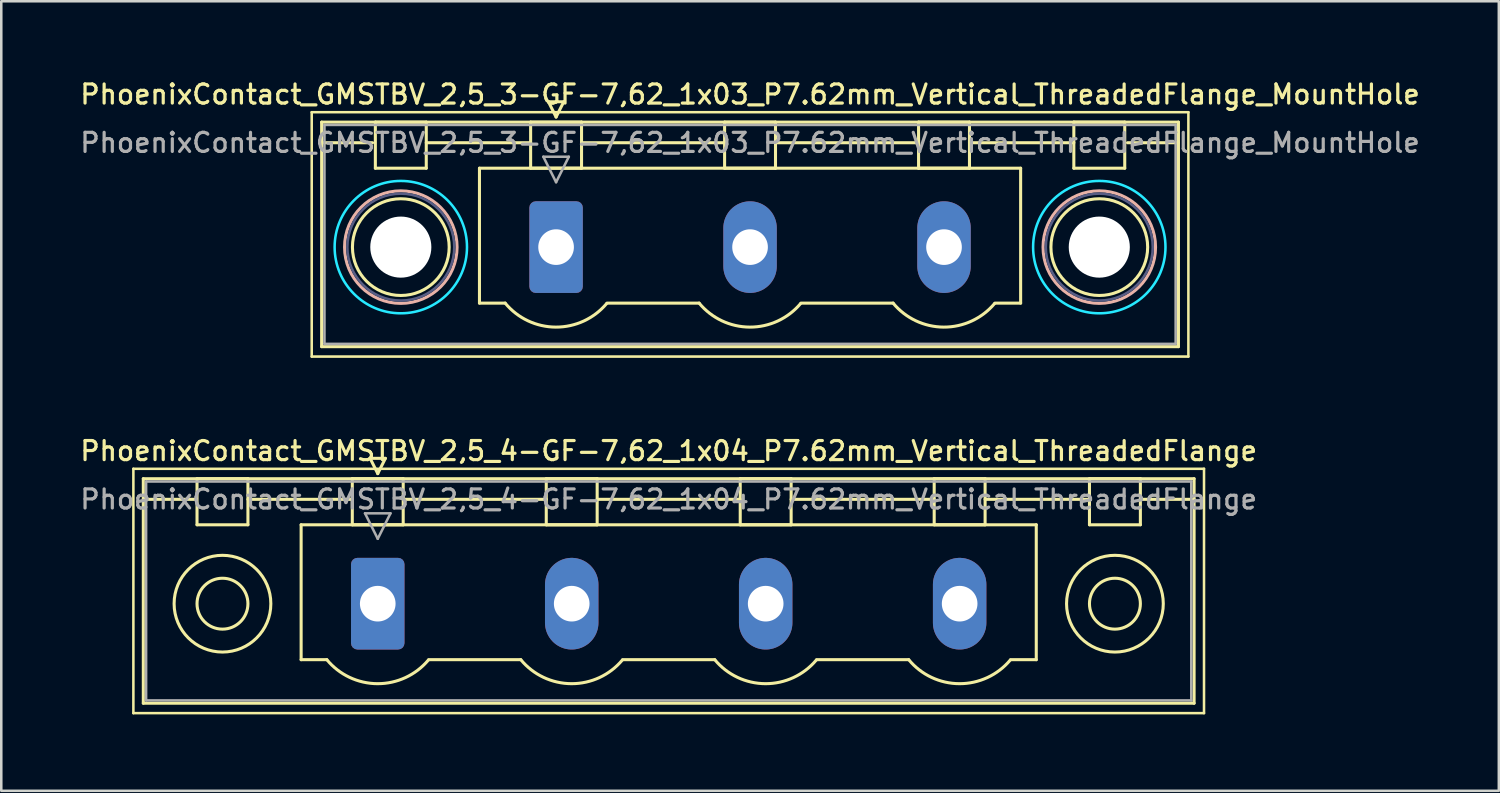
<source format=kicad_pcb>
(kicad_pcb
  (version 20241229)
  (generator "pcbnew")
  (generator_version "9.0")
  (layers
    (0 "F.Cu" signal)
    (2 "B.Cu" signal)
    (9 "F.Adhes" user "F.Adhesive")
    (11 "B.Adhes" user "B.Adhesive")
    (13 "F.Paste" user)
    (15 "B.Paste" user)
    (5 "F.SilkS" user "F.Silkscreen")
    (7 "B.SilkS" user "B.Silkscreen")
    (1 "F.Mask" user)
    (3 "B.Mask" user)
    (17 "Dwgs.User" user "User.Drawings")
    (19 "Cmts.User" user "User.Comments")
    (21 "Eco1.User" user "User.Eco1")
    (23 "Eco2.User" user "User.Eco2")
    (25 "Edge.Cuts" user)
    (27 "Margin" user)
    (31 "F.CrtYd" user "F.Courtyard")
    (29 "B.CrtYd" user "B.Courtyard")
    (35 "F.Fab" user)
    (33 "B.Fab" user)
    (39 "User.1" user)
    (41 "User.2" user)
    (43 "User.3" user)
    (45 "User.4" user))
  (footprint "PhoenixContact_GMSTBV_2,5_4-GF-7,62_1x04_P7.62mm_Vertical_ThreadedFlange"
    (layer "F.Cu")
    (at 11.79 20.666)
    (property "Reference" "PhoenixContact_GMSTBV_2,5_4-GF-7,62_1x04_P7.62mm_Vertical_ThreadedFlange" (at 11.43 -6 0) (layer "F.SilkS") (effects (font (size 0.75 0.75) (thickness 0.125))))
    (attr through_hole)
    (fp_line (start -9.6 -5.3) (end -9.6 4.3) (stroke (width 0.1) (type solid)) (layer "F.SilkS"))
    (fp_line (start -9.6 4.3) (end 32.46 4.3) (stroke (width 0.1) (type solid)) (layer "F.SilkS"))
    (fp_line (start -9.21 -4.91) (end -9.21 3.91) (stroke (width 0.12) (type solid)) (layer "F.SilkS"))
    (fp_line (start -9.21 -4.1) (end -7.21 -4.1) (stroke (width 0.12) (type solid)) (layer "F.SilkS"))
    (fp_line (start -9.21 3.91) (end 32.07 3.91) (stroke (width 0.12) (type solid)) (layer "F.SilkS"))
    (fp_line (start -7.1 -4.91) (end -5.1 -4.91) (stroke (width 0.12) (type solid)) (layer "F.SilkS"))
    (fp_line (start -7.1 -3.1) (end -7.1 -4.91) (stroke (width 0.12) (type solid)) (layer "F.SilkS"))
    (fp_line (start -5.1 -4.91) (end -5.1 -3.1) (stroke (width 0.12) (type solid)) (layer "F.SilkS"))
    (fp_line (start -5.1 -4.1) (end -1 -4.1) (stroke (width 0.12) (type solid)) (layer "F.SilkS"))
    (fp_line (start -5.1 -3.1) (end -7.1 -3.1) (stroke (width 0.12) (type solid)) (layer "F.SilkS"))
    (fp_line (start -3.01 -3.1) (end 25.87 -3.1) (stroke (width 0.12) (type solid)) (layer "F.SilkS"))
    (fp_line (start -3.01 2.2) (end -3.01 -3.1) (stroke (width 0.12) (type solid)) (layer "F.SilkS"))
    (fp_line (start -2 2.2) (end -3.01 2.2) (stroke (width 0.12) (type solid)) (layer "F.SilkS"))
    (fp_line (start -1 -4.91) (end 1 -4.91) (stroke (width 0.12) (type solid)) (layer "F.SilkS"))
    (fp_line (start -1 -3.1) (end -1 -4.91) (stroke (width 0.12) (type solid)) (layer "F.SilkS"))
    (fp_line (start -0.3 -5.71) (end 0.3 -5.71) (stroke (width 0.12) (type solid)) (layer "F.SilkS"))
    (fp_line (start 0 -5.11) (end -0.3 -5.71) (stroke (width 0.12) (type solid)) (layer "F.SilkS"))
    (fp_line (start 0.3 -5.71) (end 0 -5.11) (stroke (width 0.12) (type solid)) (layer "F.SilkS"))
    (fp_line (start 1 -4.91) (end 1 -3.1) (stroke (width 0.12) (type solid)) (layer "F.SilkS"))
    (fp_line (start 1 -4.1) (end 6.62 -4.1) (stroke (width 0.12) (type solid)) (layer "F.SilkS"))
    (fp_line (start 1 -3.1) (end -1 -3.1) (stroke (width 0.12) (type solid)) (layer "F.SilkS"))
    (fp_line (start 2 2.2) (end 5.62 2.2) (stroke (width 0.12) (type solid)) (layer "F.SilkS"))
    (fp_line (start 6.62 -4.91) (end 8.62 -4.91) (stroke (width 0.12) (type solid)) (layer "F.SilkS"))
    (fp_line (start 6.62 -3.1) (end 6.62 -4.91) (stroke (width 0.12) (type solid)) (layer "F.SilkS"))
    (fp_line (start 8.62 -4.91) (end 8.62 -3.1) (stroke (width 0.12) (type solid)) (layer "F.SilkS"))
    (fp_line (start 8.62 -4.1) (end 14.24 -4.1) (stroke (width 0.12) (type solid)) (layer "F.SilkS"))
    (fp_line (start 8.62 -3.1) (end 6.62 -3.1) (stroke (width 0.12) (type solid)) (layer "F.SilkS"))
    (fp_line (start 9.62 2.2) (end 13.24 2.2) (stroke (width 0.12) (type solid)) (layer "F.SilkS"))
    (fp_line (start 14.24 -4.91) (end 16.24 -4.91) (stroke (width 0.12) (type solid)) (layer "F.SilkS"))
    (fp_line (start 14.24 -3.1) (end 14.24 -4.91) (stroke (width 0.12) (type solid)) (layer "F.SilkS"))
    (fp_line (start 16.24 -4.91) (end 16.24 -3.1) (stroke (width 0.12) (type solid)) (layer "F.SilkS"))
    (fp_line (start 16.24 -4.1) (end 21.86 -4.1) (stroke (width 0.12) (type solid)) (layer "F.SilkS"))
    (fp_line (start 16.24 -3.1) (end 14.24 -3.1) (stroke (width 0.12) (type solid)) (layer "F.SilkS"))
    (fp_line (start 17.24 2.2) (end 20.86 2.2) (stroke (width 0.12) (type solid)) (layer "F.SilkS"))
    (fp_line (start 21.86 -4.91) (end 23.86 -4.91) (stroke (width 0.12) (type solid)) (layer "F.SilkS"))
    (fp_line (start 21.86 -3.1) (end 21.86 -4.91) (stroke (width 0.12) (type solid)) (layer "F.SilkS"))
    (fp_line (start 23.86 -4.91) (end 23.86 -3.1) (stroke (width 0.12) (type solid)) (layer "F.SilkS"))
    (fp_line (start 23.86 -4.1) (end 27.96 -4.1) (stroke (width 0.12) (type solid)) (layer "F.SilkS"))
    (fp_line (start 23.86 -3.1) (end 21.86 -3.1) (stroke (width 0.12) (type solid)) (layer "F.SilkS"))
    (fp_line (start 25.87 -3.1) (end 25.87 2.2) (stroke (width 0.12) (type solid)) (layer "F.SilkS"))
    (fp_line (start 25.87 2.2) (end 24.86 2.2) (stroke (width 0.12) (type solid)) (layer "F.SilkS"))
    (fp_line (start 27.96 -4.91) (end 29.96 -4.91) (stroke (width 0.12) (type solid)) (layer "F.SilkS"))
    (fp_line (start 27.96 -3.1) (end 27.96 -4.91) (stroke (width 0.12) (type solid)) (layer "F.SilkS"))
    (fp_line (start 29.96 -4.91) (end 29.96 -3.1) (stroke (width 0.12) (type solid)) (layer "F.SilkS"))
    (fp_line (start 29.96 -3.1) (end 27.96 -3.1) (stroke (width 0.12) (type solid)) (layer "F.SilkS"))
    (fp_line (start 32.07 -4.91) (end -9.21 -4.91) (stroke (width 0.12) (type solid)) (layer "F.SilkS"))
    (fp_line (start 32.07 -4.1) (end 30.07 -4.1) (stroke (width 0.12) (type solid)) (layer "F.SilkS"))
    (fp_line (start 32.07 3.91) (end 32.07 -4.91) (stroke (width 0.12) (type solid)) (layer "F.SilkS"))
    (fp_line (start 32.46 -5.3) (end -9.6 -5.3) (stroke (width 0.1) (type solid)) (layer "F.SilkS"))
    (fp_line (start 32.46 4.3) (end 32.46 -5.3) (stroke (width 0.1) (type solid)) (layer "F.SilkS"))
    (fp_arc (start 1.986842 2.215821) (mid -0.010289 3.142758) (end -2 2.2) (stroke (width 0.12) (type solid)) (layer "F.SilkS"))
    (fp_arc (start 9.606842 2.215821) (mid 7.609711 3.142758) (end 5.62 2.2) (stroke (width 0.12) (type solid)) (layer "F.SilkS"))
    (fp_arc (start 17.226842 2.215821) (mid 15.229711 3.142758) (end 13.24 2.2) (stroke (width 0.12) (type solid)) (layer "F.SilkS"))
    (fp_arc (start 24.846842 2.215821) (mid 22.849711 3.142758) (end 20.86 2.2) (stroke (width 0.12) (type solid)) (layer "F.SilkS"))
    (fp_circle (center -6.1 0) (end -5.1 0) (stroke (width 0.12) (type solid)) (fill no) (layer "F.SilkS"))
    (fp_circle (center -6.1 0) (end -4.2 0) (stroke (width 0.12) (type solid)) (fill no) (layer "F.SilkS"))
    (fp_circle (center 28.96 0) (end 29.96 0) (stroke (width 0.12) (type solid)) (fill no) (layer "F.SilkS"))
    (fp_circle (center 28.96 0) (end 30.86 0) (stroke (width 0.12) (type solid)) (fill no) (layer "F.SilkS"))
    (fp_line (start -9.1 -4.8) (end -9.1 3.8) (stroke (width 0.1) (type solid)) (layer "F.Fab"))
    (fp_line (start -9.1 3.8) (end 31.96 3.8) (stroke (width 0.1) (type solid)) (layer "F.Fab"))
    (fp_line (start -0.5 -3.55) (end 0.5 -3.55) (stroke (width 0.1) (type solid)) (layer "F.Fab"))
    (fp_line (start 0 -2.55) (end -0.5 -3.55) (stroke (width 0.1) (type solid)) (layer "F.Fab"))
    (fp_line (start 0.5 -3.55) (end 0 -2.55) (stroke (width 0.1) (type solid)) (layer "F.Fab"))
    (fp_line (start 31.96 -4.8) (end -9.1 -4.8) (stroke (width 0.1) (type solid)) (layer "F.Fab"))
    (fp_line (start 31.96 3.8) (end 31.96 -4.8) (stroke (width 0.1) (type solid)) (layer "F.Fab"))
    (fp_text user "${REFERENCE}" (at 11.43 -4.1 0) (layer "F.Fab") (effects (font (size 0.75 0.75) (thickness 0.125))))
    (pad "1" thru_hole roundrect (at 0 0) (size 2.1 3.6) (drill 1.4) (layers "*.Cu" "*.Mask") (roundrect_rratio 0.119))
    (pad "2" thru_hole oval (at 7.62 0) (size 2.1 3.6) (drill 1.4) (layers "*.Cu" "*.Mask"))
    (pad "3" thru_hole oval (at 15.24 0) (size 2.1 3.6) (drill 1.4) (layers "*.Cu" "*.Mask"))
    (pad "4" thru_hole oval (at 22.86 0) (size 2.1 3.6) (drill 1.4) (layers "*.Cu" "*.Mask")))
  (footprint "PhoenixContact_GMSTBV_2,5_3-GF-7,62_1x03_P7.62mm_Vertical_ThreadedFlange_MountHole"
    (layer "F.Cu")
    (at 18.796 6.658)
    (property "Reference" "PhoenixContact_GMSTBV_2,5_3-GF-7,62_1x03_P7.62mm_Vertical_ThreadedFlange_MountHole" (at 7.62 -6 0) (layer "F.SilkS") (effects (font (size 0.75 0.75) (thickness 0.125))))
    (attr through_hole)
    (fp_line (start -9.6 -5.3) (end -9.6 4.3) (stroke (width 0.1) (type solid)) (layer "F.SilkS"))
    (fp_line (start -9.6 4.3) (end 24.84 4.3) (stroke (width 0.1) (type solid)) (layer "F.SilkS"))
    (fp_line (start -9.21 -4.91) (end -9.21 3.91) (stroke (width 0.12) (type solid)) (layer "F.SilkS"))
    (fp_line (start -9.21 -4.1) (end -7.21 -4.1) (stroke (width 0.12) (type solid)) (layer "F.SilkS"))
    (fp_line (start -9.21 3.91) (end 24.45 3.91) (stroke (width 0.12) (type solid)) (layer "F.SilkS"))
    (fp_line (start -7.1 -4.91) (end -5.1 -4.91) (stroke (width 0.12) (type solid)) (layer "F.SilkS"))
    (fp_line (start -7.1 -3.1) (end -7.1 -4.91) (stroke (width 0.12) (type solid)) (layer "F.SilkS"))
    (fp_line (start -5.1 -4.91) (end -5.1 -3.1) (stroke (width 0.12) (type solid)) (layer "F.SilkS"))
    (fp_line (start -5.1 -4.1) (end -1 -4.1) (stroke (width 0.12) (type solid)) (layer "F.SilkS"))
    (fp_line (start -5.1 -3.1) (end -7.1 -3.1) (stroke (width 0.12) (type solid)) (layer "F.SilkS"))
    (fp_line (start -3.01 -3.1) (end 18.25 -3.1) (stroke (width 0.12) (type solid)) (layer "F.SilkS"))
    (fp_line (start -3.01 2.2) (end -3.01 -3.1) (stroke (width 0.12) (type solid)) (layer "F.SilkS"))
    (fp_line (start -2 2.2) (end -3.01 2.2) (stroke (width 0.12) (type solid)) (layer "F.SilkS"))
    (fp_line (start -1 -4.91) (end 1 -4.91) (stroke (width 0.12) (type solid)) (layer "F.SilkS"))
    (fp_line (start -1 -3.1) (end -1 -4.91) (stroke (width 0.12) (type solid)) (layer "F.SilkS"))
    (fp_line (start -0.3 -5.71) (end 0.3 -5.71) (stroke (width 0.12) (type solid)) (layer "F.SilkS"))
    (fp_line (start 0 -5.11) (end -0.3 -5.71) (stroke (width 0.12) (type solid)) (layer "F.SilkS"))
    (fp_line (start 0.3 -5.71) (end 0 -5.11) (stroke (width 0.12) (type solid)) (layer "F.SilkS"))
    (fp_line (start 1 -4.91) (end 1 -3.1) (stroke (width 0.12) (type solid)) (layer "F.SilkS"))
    (fp_line (start 1 -4.1) (end 6.62 -4.1) (stroke (width 0.12) (type solid)) (layer "F.SilkS"))
    (fp_line (start 1 -3.1) (end -1 -3.1) (stroke (width 0.12) (type solid)) (layer "F.SilkS"))
    (fp_line (start 2 2.2) (end 5.62 2.2) (stroke (width 0.12) (type solid)) (layer "F.SilkS"))
    (fp_line (start 6.62 -4.91) (end 8.62 -4.91) (stroke (width 0.12) (type solid)) (layer "F.SilkS"))
    (fp_line (start 6.62 -3.1) (end 6.62 -4.91) (stroke (width 0.12) (type solid)) (layer "F.SilkS"))
    (fp_line (start 8.62 -4.91) (end 8.62 -3.1) (stroke (width 0.12) (type solid)) (layer "F.SilkS"))
    (fp_line (start 8.62 -4.1) (end 14.24 -4.1) (stroke (width 0.12) (type solid)) (layer "F.SilkS"))
    (fp_line (start 8.62 -3.1) (end 6.62 -3.1) (stroke (width 0.12) (type solid)) (layer "F.SilkS"))
    (fp_line (start 9.62 2.2) (end 13.24 2.2) (stroke (width 0.12) (type solid)) (layer "F.SilkS"))
    (fp_line (start 14.24 -4.91) (end 16.24 -4.91) (stroke (width 0.12) (type solid)) (layer "F.SilkS"))
    (fp_line (start 14.24 -3.1) (end 14.24 -4.91) (stroke (width 0.12) (type solid)) (layer "F.SilkS"))
    (fp_line (start 16.24 -4.91) (end 16.24 -3.1) (stroke (width 0.12) (type solid)) (layer "F.SilkS"))
    (fp_line (start 16.24 -4.1) (end 20.34 -4.1) (stroke (width 0.12) (type solid)) (layer "F.SilkS"))
    (fp_line (start 16.24 -3.1) (end 14.24 -3.1) (stroke (width 0.12) (type solid)) (layer "F.SilkS"))
    (fp_line (start 18.25 -3.1) (end 18.25 2.2) (stroke (width 0.12) (type solid)) (layer "F.SilkS"))
    (fp_line (start 18.25 2.2) (end 17.24 2.2) (stroke (width 0.12) (type solid)) (layer "F.SilkS"))
    (fp_line (start 20.34 -4.91) (end 22.34 -4.91) (stroke (width 0.12) (type solid)) (layer "F.SilkS"))
    (fp_line (start 20.34 -3.1) (end 20.34 -4.91) (stroke (width 0.12) (type solid)) (layer "F.SilkS"))
    (fp_line (start 22.34 -4.91) (end 22.34 -3.1) (stroke (width 0.12) (type solid)) (layer "F.SilkS"))
    (fp_line (start 22.34 -3.1) (end 20.34 -3.1) (stroke (width 0.12) (type solid)) (layer "F.SilkS"))
    (fp_line (start 24.45 -4.91) (end -9.21 -4.91) (stroke (width 0.12) (type solid)) (layer "F.SilkS"))
    (fp_line (start 24.45 -4.1) (end 22.45 -4.1) (stroke (width 0.12) (type solid)) (layer "F.SilkS"))
    (fp_line (start 24.45 3.91) (end 24.45 -4.91) (stroke (width 0.12) (type solid)) (layer "F.SilkS"))
    (fp_line (start 24.84 -5.3) (end -9.6 -5.3) (stroke (width 0.1) (type solid)) (layer "F.SilkS"))
    (fp_line (start 24.84 4.3) (end 24.84 -5.3) (stroke (width 0.1) (type solid)) (layer "F.SilkS"))
    (fp_arc (start 1.986842 2.215821) (mid -0.010289 3.142758) (end -2 2.2) (stroke (width 0.12) (type solid)) (layer "F.SilkS"))
    (fp_arc (start 9.606842 2.215821) (mid 7.609711 3.142758) (end 5.62 2.2) (stroke (width 0.12) (type solid)) (layer "F.SilkS"))
    (fp_arc (start 17.226842 2.215821) (mid 15.229711 3.142758) (end 13.24 2.2) (stroke (width 0.12) (type solid)) (layer "F.SilkS"))
    (fp_circle (center -6.1 0) (end -4.2 0) (stroke (width 0.12) (type solid)) (fill no) (layer "F.SilkS"))
    (fp_circle (center 21.34 0) (end 23.24 0) (stroke (width 0.12) (type solid)) (fill no) (layer "F.SilkS"))
    (fp_circle (center -6.1 0) (end -3.89 0) (stroke (width 0.12) (type solid)) (fill no) (layer "B.SilkS"))
    (fp_circle (center 21.34 0) (end 23.55 0) (stroke (width 0.12) (type solid)) (fill no) (layer "B.SilkS"))
    (fp_circle (center -6.1 0) (end -3.5 0) (stroke (width 0.1) (type solid)) (fill no) (layer "B.CrtYd"))
    (fp_circle (center 21.34 0) (end 23.94 0) (stroke (width 0.1) (type solid)) (fill no) (layer "B.CrtYd"))
    (fp_circle (center -6.1 0) (end -4 0) (stroke (width 0.1) (type solid)) (fill no) (layer "B.Fab"))
    (fp_circle (center 21.34 0) (end 23.44 0) (stroke (width 0.1) (type solid)) (fill no) (layer "B.Fab"))
    (fp_line (start -9.1 -4.8) (end -9.1 3.8) (stroke (width 0.1) (type solid)) (layer "F.Fab"))
    (fp_line (start -9.1 3.8) (end 24.34 3.8) (stroke (width 0.1) (type solid)) (layer "F.Fab"))
    (fp_line (start -0.5 -3.55) (end 0.5 -3.55) (stroke (width 0.1) (type solid)) (layer "F.Fab"))
    (fp_line (start 0 -2.55) (end -0.5 -3.55) (stroke (width 0.1) (type solid)) (layer "F.Fab"))
    (fp_line (start 0.5 -3.55) (end 0 -2.55) (stroke (width 0.1) (type solid)) (layer "F.Fab"))
    (fp_line (start 24.34 -4.8) (end -9.1 -4.8) (stroke (width 0.1) (type solid)) (layer "F.Fab"))
    (fp_line (start 24.34 3.8) (end 24.34 -4.8) (stroke (width 0.1) (type solid)) (layer "F.Fab"))
    (fp_text user "${REFERENCE}" (at 7.62 -4.1 0) (layer "F.Fab") (effects (font (size 0.75 0.75) (thickness 0.125))))
    (pad "" np_thru_hole circle (at -6.1 0) (size 2.4 2.4) (drill 2.4) (layers "*.Cu" "*.Mask"))
    (pad "" np_thru_hole circle (at 21.34 0) (size 2.4 2.4) (drill 2.4) (layers "*.Cu" "*.Mask"))
    (pad "1" thru_hole roundrect (at 0 0) (size 2.1 3.6) (drill 1.4) (layers "*.Cu" "*.Mask") (roundrect_rratio 0.119))
    (pad "2" thru_hole oval (at 7.62 0) (size 2.1 3.6) (drill 1.4) (layers "*.Cu" "*.Mask"))
    (pad "3" thru_hole oval (at 15.24 0) (size 2.1 3.6) (drill 1.4) (layers "*.Cu" "*.Mask")))
  (gr_rect
    (start -3 -3)
    (end 55.832 28.016)
    (stroke (width 0.1) (type default))
    (fill no)
    (layer "Edge.Cuts")))
</source>
